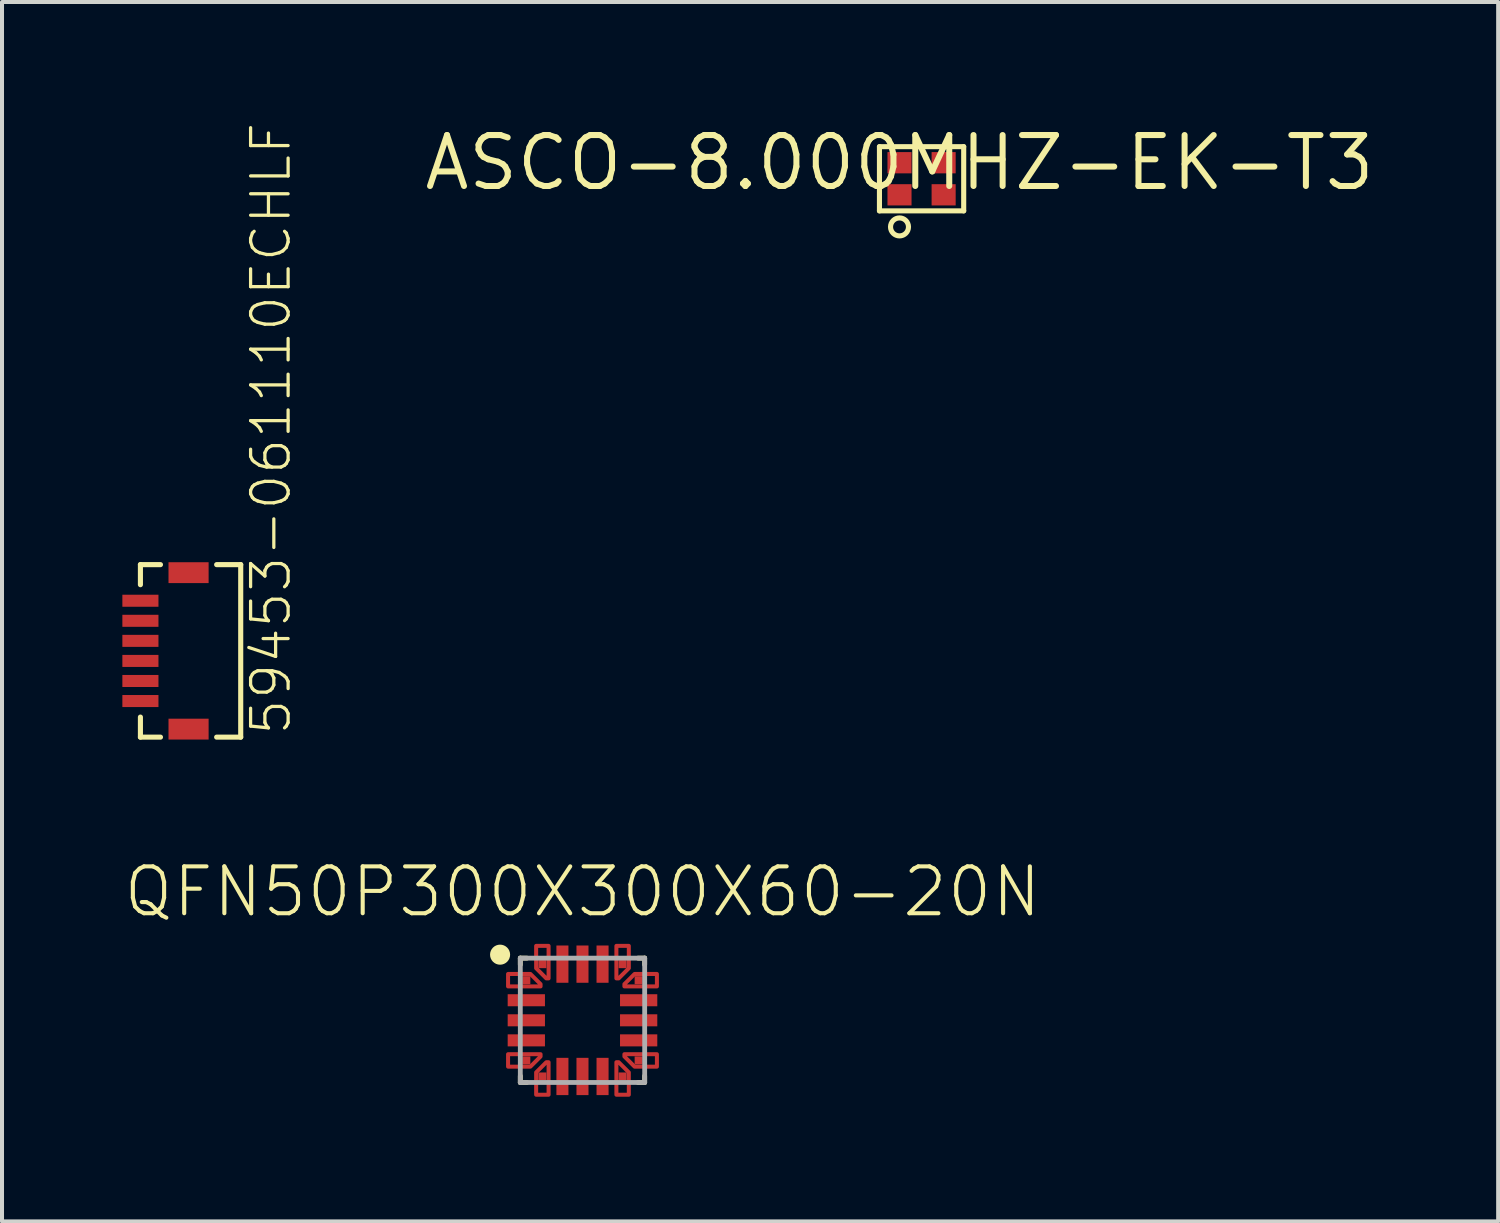
<source format=kicad_pcb>
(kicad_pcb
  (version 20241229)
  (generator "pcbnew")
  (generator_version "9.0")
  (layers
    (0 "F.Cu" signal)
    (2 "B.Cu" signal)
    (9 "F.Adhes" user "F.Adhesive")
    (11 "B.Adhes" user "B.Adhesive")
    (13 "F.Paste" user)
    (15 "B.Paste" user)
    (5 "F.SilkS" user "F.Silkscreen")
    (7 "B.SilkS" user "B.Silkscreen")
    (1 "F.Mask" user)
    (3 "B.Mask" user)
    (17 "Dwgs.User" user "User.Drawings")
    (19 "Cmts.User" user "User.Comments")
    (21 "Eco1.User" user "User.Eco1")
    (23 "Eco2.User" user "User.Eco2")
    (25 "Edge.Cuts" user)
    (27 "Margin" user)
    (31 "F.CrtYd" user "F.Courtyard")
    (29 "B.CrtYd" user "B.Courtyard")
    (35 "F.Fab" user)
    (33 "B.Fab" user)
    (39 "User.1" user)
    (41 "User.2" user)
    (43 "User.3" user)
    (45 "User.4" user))
  (footprint "59453-061110ECHLF"
    (layer "F.Cu")
    (at 0.45 11.924)
    (property "Reference" "59453-061110ECHLF" (at 3.8 3.4 90) (layer "F.SilkS") (effects (font (size 0.935 0.935) (thickness 0.081)) (justify left bottom)))
    (fp_line (start 0 -0.9) (end 0 -0.4) (stroke (width 0.127) (type solid)) (layer "F.SilkS"))
    (fp_line (start 0 3.4) (end 0 2.9) (stroke (width 0.127) (type solid)) (layer "F.SilkS"))
    (fp_line (start 0.5 -0.9) (end 0 -0.9) (stroke (width 0.127) (type solid)) (layer "F.SilkS"))
    (fp_line (start 0.5 3.4) (end 0 3.4) (stroke (width 0.127) (type solid)) (layer "F.SilkS"))
    (fp_line (start 1.9 3.4) (end 2.5 3.4) (stroke (width 0.127) (type solid)) (layer "F.SilkS"))
    (fp_line (start 2.5 -0.9) (end 1.9 -0.9) (stroke (width 0.127) (type solid)) (layer "F.SilkS"))
    (fp_line (start 2.5 3.4) (end 2.5 -0.9) (stroke (width 0.127) (type solid)) (layer "F.SilkS"))
    (pad "P$0" smd rect (at 1.2 -0.7) (size 1 0.52) (layers "F.Cu" "F.Mask" "F.Paste"))
    (pad "P$1" smd rect (at 0 0) (size 0.9 0.3) (layers "F.Cu" "F.Mask" "F.Paste"))
    (pad "P$2" smd rect (at 0 0.5) (size 0.9 0.3) (layers "F.Cu" "F.Mask" "F.Paste"))
    (pad "P$3" smd rect (at 0 1) (size 0.9 0.3) (layers "F.Cu" "F.Mask" "F.Paste"))
    (pad "P$4" smd rect (at 0 1.5) (size 0.9 0.3) (layers "F.Cu" "F.Mask" "F.Paste"))
    (pad "P$5" smd rect (at 0 2) (size 0.9 0.3) (layers "F.Cu" "F.Mask" "F.Paste"))
    (pad "P$6" smd rect (at 0 2.5) (size 0.9 0.3) (layers "F.Cu" "F.Mask" "F.Paste"))
    (pad "P$8" smd rect (at 1.2 3.2) (size 1 0.52) (layers "F.Cu" "F.Mask" "F.Paste")))
  (footprint "ASCO-8.000MHZ-EK-T3"
    (layer "F.Cu")
    (at 19.371 1.006)
    (property "Reference" "ASCO-8.000MHZ-EK-T3" (at 0 0 0) (layer "F.SilkS") (effects (font (size 1.27 1.27) (thickness 0.15))))
    (fp_line (start -0.5 -0.4) (end 1.6 -0.4) (stroke (width 0.127) (type solid)) (layer "F.SilkS"))
    (fp_line (start -0.5 1.2) (end -0.5 -0.4) (stroke (width 0.127) (type solid)) (layer "F.SilkS"))
    (fp_line (start 1.6 -0.4) (end 1.6 1.2) (stroke (width 0.127) (type solid)) (layer "F.SilkS"))
    (fp_line (start 1.6 1.2) (end -0.5 1.2) (stroke (width 0.127) (type solid)) (layer "F.SilkS"))
    (fp_circle (center 0 1.6) (end 0.224 1.6) (stroke (width 0.127) (type solid)) (fill no) (layer "F.SilkS"))
    (pad "P$1" smd rect (at 0 0.8) (size 0.6 0.53) (layers "F.Cu" "F.Mask" "F.Paste"))
    (pad "P$2" smd rect (at 1.1 0.8) (size 0.6 0.53) (layers "F.Cu" "F.Mask" "F.Paste"))
    (pad "P$3" smd rect (at 1.1 0) (size 0.6 0.53) (layers "F.Cu" "F.Mask" "F.Paste"))
    (pad "P$4" smd rect (at 0 0) (size 0.6 0.53) (layers "F.Cu" "F.Mask" "F.Paste")))
  (footprint "QFN50P300X300X60-20N"
    (layer "F.Cu")
    (at 11.469 22.382)
    (property "Reference" "QFN50P300X300X60-20N" (at 0 -2.521 0) (layer "F.SilkS") (effects (font (size 1.168 1.168) (thickness 0.102)) (justify bottom)))
    (fp_poly (pts (xy -1.045 -0.902) (xy -1.045 -0.845) (xy -1.855 -0.845) (xy -1.855 -1.155) (xy -1.298 -1.155)) (stroke (width 0.1) (type solid)) (fill no) (layer "F.Cu"))
    (fp_poly (pts (xy -1.045 0.902) (xy -1.298 1.155) (xy -1.855 1.155) (xy -1.855 0.845) (xy -1.045 0.845)) (stroke (width 0.1) (type solid)) (fill no) (layer "F.Cu"))
    (fp_poly (pts (xy -0.845 -1.045) (xy -0.902 -1.045) (xy -1.155 -1.298) (xy -1.155 -1.855) (xy -0.845 -1.855)) (stroke (width 0.1) (type solid)) (fill no) (layer "F.Cu"))
    (fp_poly (pts (xy -0.845 1.855) (xy -1.155 1.855) (xy -1.155 1.298) (xy -0.902 1.045) (xy -0.845 1.045)) (stroke (width 0.1) (type solid)) (fill no) (layer "F.Cu"))
    (fp_poly (pts (xy 1.155 -1.298) (xy 0.902 -1.045) (xy 0.845 -1.045) (xy 0.845 -1.855) (xy 1.155 -1.855)) (stroke (width 0.1) (type solid)) (fill no) (layer "F.Cu"))
    (fp_poly (pts (xy 1.155 1.298) (xy 1.155 1.855) (xy 0.845 1.855) (xy 0.845 1.045) (xy 0.902 1.045)) (stroke (width 0.1) (type solid)) (fill no) (layer "F.Cu"))
    (fp_poly (pts (xy 1.855 -0.845) (xy 1.045 -0.845) (xy 1.045 -0.902) (xy 1.298 -1.155) (xy 1.855 -1.155)) (stroke (width 0.1) (type solid)) (fill no) (layer "F.Cu"))
    (fp_poly (pts (xy 1.855 1.155) (xy 1.298 1.155) (xy 1.045 0.902) (xy 1.045 0.845) (xy 1.855 0.845)) (stroke (width 0.1) (type solid)) (fill no) (layer "F.Cu"))
    (fp_poly (pts (xy -0.987 -0.926) (xy -0.987 -0.786) (xy -1.964 -0.786) (xy -1.964 -1.214) (xy -1.274 -1.214)) (stroke (width 0.1) (type solid)) (fill no) (layer "F.Mask"))
    (fp_poly (pts (xy -0.987 0.926) (xy -1.274 1.214) (xy -1.964 1.214) (xy -1.964 0.786) (xy -0.987 0.786)) (stroke (width 0.1) (type solid)) (fill no) (layer "F.Mask"))
    (fp_poly (pts (xy -0.786 -0.987) (xy -0.926 -0.987) (xy -1.214 -1.274) (xy -1.214 -1.964) (xy -0.786 -1.964)) (stroke (width 0.1) (type solid)) (fill no) (layer "F.Mask"))
    (fp_poly (pts (xy -0.786 1.964) (xy -1.214 1.964) (xy -1.214 1.274) (xy -0.926 0.987) (xy -0.786 0.987)) (stroke (width 0.1) (type solid)) (fill no) (layer "F.Mask"))
    (fp_poly (pts (xy 1.214 -1.274) (xy 0.926 -0.987) (xy 0.786 -0.987) (xy 0.786 -1.964) (xy 1.214 -1.964)) (stroke (width 0.1) (type solid)) (fill no) (layer "F.Mask"))
    (fp_poly (pts (xy 1.214 1.274) (xy 1.214 1.964) (xy 0.786 1.964) (xy 0.786 0.987) (xy 0.926 0.987)) (stroke (width 0.1) (type solid)) (fill no) (layer "F.Mask"))
    (fp_poly (pts (xy 1.964 -0.786) (xy 0.987 -0.786) (xy 0.987 -0.926) (xy 1.274 -1.214) (xy 1.964 -1.214)) (stroke (width 0.1) (type solid)) (fill no) (layer "F.Mask"))
    (fp_poly (pts (xy 1.964 1.214) (xy 1.274 1.214) (xy 0.987 0.926) (xy 0.987 0.786) (xy 1.964 0.786)) (stroke (width 0.1) (type solid)) (fill no) (layer "F.Mask"))
    (fp_line (start -1.55 -1.55) (end -1.386 -1.55) (stroke (width 0.12) (type solid)) (layer "F.SilkS"))
    (fp_line (start -1.55 -1.386) (end -1.55 -1.55) (stroke (width 0.12) (type solid)) (layer "F.SilkS"))
    (fp_line (start -1.55 1.386) (end -1.55 1.55) (stroke (width 0.12) (type solid)) (layer "F.SilkS"))
    (fp_line (start -1.55 1.55) (end -1.386 1.55) (stroke (width 0.12) (type solid)) (layer "F.SilkS"))
    (fp_line (start 1.55 -1.55) (end 1.386 -1.55) (stroke (width 0.12) (type solid)) (layer "F.SilkS"))
    (fp_line (start 1.55 -1.386) (end 1.55 -1.55) (stroke (width 0.12) (type solid)) (layer "F.SilkS"))
    (fp_line (start 1.55 1.386) (end 1.55 1.55) (stroke (width 0.12) (type solid)) (layer "F.SilkS"))
    (fp_line (start 1.55 1.55) (end 1.386 1.55) (stroke (width 0.12) (type solid)) (layer "F.SilkS"))
    (fp_circle (center -2.054 -1.636) (end -1.929 -1.636) (stroke (width 0.25) (type solid)) (fill no) (layer "F.SilkS"))
    (fp_line (start -1.55 -1.55) (end 1.55 -1.55) (stroke (width 0.12) (type solid)) (layer "F.Fab"))
    (fp_line (start -1.55 1.55) (end -1.55 -1.55) (stroke (width 0.12) (type solid)) (layer "F.Fab"))
    (fp_line (start 1.55 -1.55) (end 1.55 1.55) (stroke (width 0.12) (type solid)) (layer "F.Fab"))
    (fp_line (start 1.55 1.55) (end -1.55 1.55) (stroke (width 0.12) (type solid)) (layer "F.Fab"))
    (pad "1" smd rect (at -1.4 -1) (size 0.2 0.2) (layers "F.Cu" "F.Mask" "F.Paste"))
    (pad "2" smd rect (at -1.4 -0.5) (size 0.929 0.3) (layers "F.Cu" "F.Mask" "F.Paste"))
    (pad "3" smd rect (at -1.4 0) (size 0.929 0.3) (layers "F.Cu" "F.Mask" "F.Paste"))
    (pad "4" smd rect (at -1.4 0.5) (size 0.929 0.3) (layers "F.Cu" "F.Mask" "F.Paste"))
    (pad "5" smd rect (at -1.4 1) (size 0.2 0.2) (layers "F.Cu" "F.Mask" "F.Paste"))
    (pad "6" smd rect (at -1 1.4 90) (size 0.2 0.2) (layers "F.Cu" "F.Mask" "F.Paste"))
    (pad "7" smd rect (at -0.5 1.4 90) (size 0.929 0.3) (layers "F.Cu" "F.Mask" "F.Paste"))
    (pad "8" smd rect (at 0 1.4 90) (size 0.929 0.3) (layers "F.Cu" "F.Mask" "F.Paste"))
    (pad "9" smd rect (at 0.5 1.4 90) (size 0.929 0.3) (layers "F.Cu" "F.Mask" "F.Paste"))
    (pad "10" smd rect (at 1 1.4 90) (size 0.2 0.2) (layers "F.Cu" "F.Mask" "F.Paste"))
    (pad "11" smd rect (at 1.4 1) (size 0.2 0.2) (layers "F.Cu" "F.Mask" "F.Paste"))
    (pad "12" smd rect (at 1.4 0.5) (size 0.929 0.3) (layers "F.Cu" "F.Mask" "F.Paste"))
    (pad "13" smd rect (at 1.4 0) (size 0.929 0.3) (layers "F.Cu" "F.Mask" "F.Paste"))
    (pad "14" smd rect (at 1.4 -0.5) (size 0.929 0.3) (layers "F.Cu" "F.Mask" "F.Paste"))
    (pad "15" smd rect (at 1.4 -1) (size 0.2 0.2) (layers "F.Cu" "F.Mask" "F.Paste"))
    (pad "16" smd rect (at 1 -1.4 90) (size 0.2 0.2) (layers "F.Cu" "F.Mask" "F.Paste"))
    (pad "17" smd rect (at 0.5 -1.4 90) (size 0.929 0.3) (layers "F.Cu" "F.Mask" "F.Paste"))
    (pad "18" smd rect (at 0 -1.4 90) (size 0.929 0.3) (layers "F.Cu" "F.Mask" "F.Paste"))
    (pad "19" smd rect (at -0.5 -1.4 90) (size 0.929 0.3) (layers "F.Cu" "F.Mask" "F.Paste"))
    (pad "20" smd rect (at -1 -1.4 90) (size 0.2 0.2) (layers "F.Cu" "F.Mask" "F.Paste")))
  (gr_rect
    (start -3 -3)
    (end 34.293 27.395)
    (stroke (width 0.1) (type default))
    (fill no)
    (layer "Edge.Cuts")))
</source>
